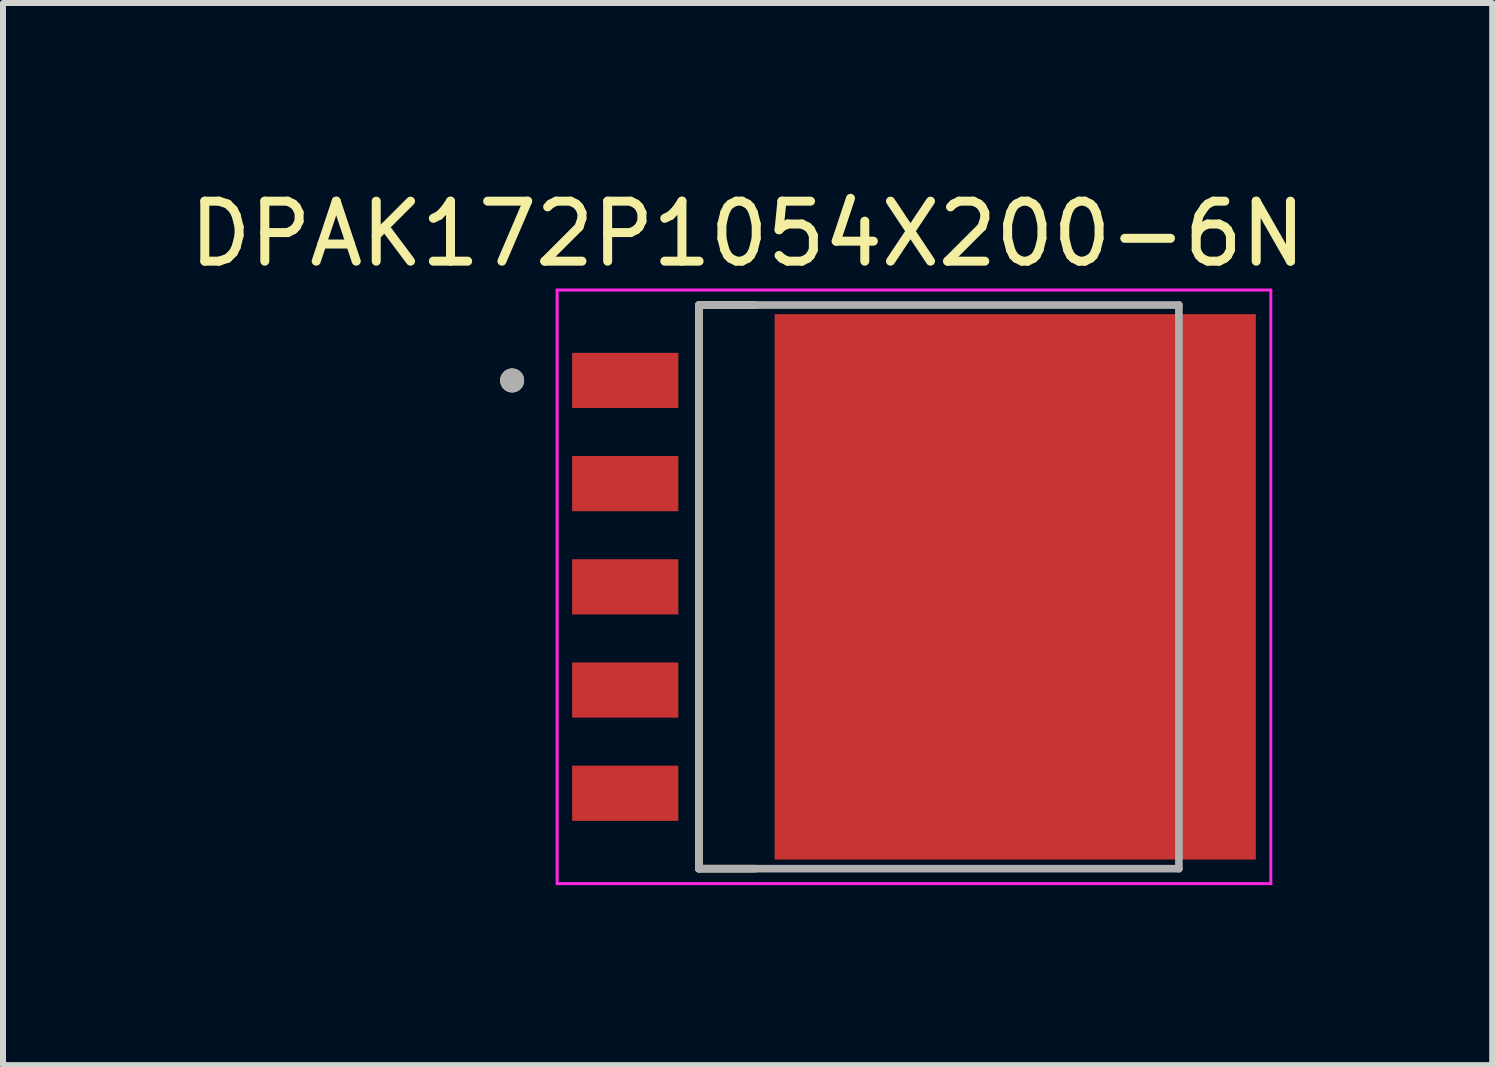
<source format=kicad_pcb>
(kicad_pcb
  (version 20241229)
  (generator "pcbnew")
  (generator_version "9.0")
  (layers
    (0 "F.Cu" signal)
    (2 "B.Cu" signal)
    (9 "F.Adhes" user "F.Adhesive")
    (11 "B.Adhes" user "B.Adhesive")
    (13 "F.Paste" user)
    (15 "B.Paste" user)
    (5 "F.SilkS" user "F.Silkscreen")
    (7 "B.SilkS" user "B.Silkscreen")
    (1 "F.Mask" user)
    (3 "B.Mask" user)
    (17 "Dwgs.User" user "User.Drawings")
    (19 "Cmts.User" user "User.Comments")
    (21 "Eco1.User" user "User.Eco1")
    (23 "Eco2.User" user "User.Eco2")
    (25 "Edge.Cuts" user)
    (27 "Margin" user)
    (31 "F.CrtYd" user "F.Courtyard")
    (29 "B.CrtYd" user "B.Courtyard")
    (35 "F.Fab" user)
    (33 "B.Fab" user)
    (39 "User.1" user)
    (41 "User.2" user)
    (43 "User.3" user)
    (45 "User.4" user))
  (footprint "DPAK172P1054X200-6N"
    (layer "F.Cu")
    (at 12.181 6.731)
    (property "Reference" "DPAK172P1054X200-6N" (at -2.77 -5.883 0) (layer "F.SilkS") (effects (font (size 1 1) (thickness 0.15))))
    (attr smd)
    (fp_line (start -3.582 -4.697) (end -2.64 -4.697) (stroke (width 0.127) (type solid)) (layer "F.SilkS"))
    (fp_line (start -3.582 4.697) (end -3.582 -4.697) (stroke (width 0.127) (type solid)) (layer "F.SilkS"))
    (fp_line (start -2.64 4.697) (end -3.582 4.697) (stroke (width 0.127) (type solid)) (layer "F.SilkS"))
    (fp_circle (center -6.695 -3.44) (end -6.595 -3.44) (stroke (width 0.2) (type solid)) (fill no) (layer "F.SilkS"))
    (fp_poly (pts (xy -1.795 -4.15) (xy -0.165 -4.15) (xy -0.165 -2.66) (xy -1.795 -2.66)) (stroke (width 0.01) (type solid)) (fill yes) (layer "F.Paste"))
    (fp_poly (pts (xy -1.795 -1.88) (xy -0.165 -1.88) (xy -0.165 -0.39) (xy -1.795 -0.39)) (stroke (width 0.01) (type solid)) (fill yes) (layer "F.Paste"))
    (fp_poly (pts (xy -1.795 0.39) (xy -0.165 0.39) (xy -0.165 1.88) (xy -1.795 1.88)) (stroke (width 0.01) (type solid)) (fill yes) (layer "F.Paste"))
    (fp_poly (pts (xy -1.795 2.66) (xy -0.165 2.66) (xy -0.165 4.15) (xy -1.795 4.15)) (stroke (width 0.01) (type solid)) (fill yes) (layer "F.Paste"))
    (fp_poly (pts (xy 0.875 -4.15) (xy 2.505 -4.15) (xy 2.505 -2.66) (xy 0.875 -2.66)) (stroke (width 0.01) (type solid)) (fill yes) (layer "F.Paste"))
    (fp_poly (pts (xy 0.875 -1.88) (xy 2.505 -1.88) (xy 2.505 -0.39) (xy 0.875 -0.39)) (stroke (width 0.01) (type solid)) (fill yes) (layer "F.Paste"))
    (fp_poly (pts (xy 0.875 0.39) (xy 2.505 0.39) (xy 2.505 1.88) (xy 0.875 1.88)) (stroke (width 0.01) (type solid)) (fill yes) (layer "F.Paste"))
    (fp_poly (pts (xy 0.875 2.66) (xy 2.505 2.66) (xy 2.505 4.15) (xy 0.875 4.15)) (stroke (width 0.01) (type solid)) (fill yes) (layer "F.Paste"))
    (fp_poly (pts (xy 3.545 -4.15) (xy 5.175 -4.15) (xy 5.175 -2.66) (xy 3.545 -2.66)) (stroke (width 0.01) (type solid)) (fill yes) (layer "F.Paste"))
    (fp_poly (pts (xy 3.545 -1.88) (xy 5.175 -1.88) (xy 5.175 -0.39) (xy 3.545 -0.39)) (stroke (width 0.01) (type solid)) (fill yes) (layer "F.Paste"))
    (fp_poly (pts (xy 3.545 0.39) (xy 5.175 0.39) (xy 5.175 1.88) (xy 3.545 1.88)) (stroke (width 0.01) (type solid)) (fill yes) (layer "F.Paste"))
    (fp_poly (pts (xy 3.545 2.66) (xy 5.175 2.66) (xy 5.175 4.15) (xy 3.545 4.15)) (stroke (width 0.01) (type solid)) (fill yes) (layer "F.Paste"))
    (fp_line (start -5.945 -4.947) (end -5.945 4.947) (stroke (width 0.05) (type solid)) (layer "F.CrtYd"))
    (fp_line (start -5.945 4.947) (end 5.95 4.947) (stroke (width 0.05) (type solid)) (layer "F.CrtYd"))
    (fp_line (start 5.95 -4.947) (end -5.945 -4.947) (stroke (width 0.05) (type solid)) (layer "F.CrtYd"))
    (fp_line (start 5.95 4.947) (end 5.95 -4.947) (stroke (width 0.05) (type solid)) (layer "F.CrtYd"))
    (fp_line (start -3.582 -4.697) (end 4.418 -4.697) (stroke (width 0.127) (type solid)) (layer "F.Fab"))
    (fp_line (start -3.582 4.697) (end -3.582 -4.697) (stroke (width 0.127) (type solid)) (layer "F.Fab"))
    (fp_line (start 4.418 -4.697) (end 4.418 4.697) (stroke (width 0.127) (type solid)) (layer "F.Fab"))
    (fp_line (start 4.418 4.697) (end -3.582 4.697) (stroke (width 0.127) (type solid)) (layer "F.Fab"))
    (fp_circle (center -6.695 -3.44) (end -6.595 -3.44) (stroke (width 0.2) (type solid)) (fill no) (layer "F.Fab"))
    (pad "1" smd rect (at -4.81 -3.44) (size 1.77 0.92) (layers "F.Cu" "F.Mask" "F.Paste"))
    (pad "2" smd rect (at -4.81 -1.72) (size 1.77 0.92) (layers "F.Cu" "F.Mask" "F.Paste"))
    (pad "3" smd rect (at -4.81 0) (size 1.77 0.92) (layers "F.Cu" "F.Mask" "F.Paste"))
    (pad "4" smd rect (at -4.81 1.72) (size 1.77 0.92) (layers "F.Cu" "F.Mask" "F.Paste"))
    (pad "5" smd rect (at -4.81 3.44) (size 1.77 0.92) (layers "F.Cu" "F.Mask" "F.Paste"))
    (pad "6" smd rect (at 1.69 0) (size 8.02 9.09) (layers "F.Cu" "F.Mask")))
  (gr_rect
    (start -3 -3)
    (end 21.821 14.703)
    (stroke (width 0.1) (type default))
    (fill no)
    (layer "Edge.Cuts")))
</source>
